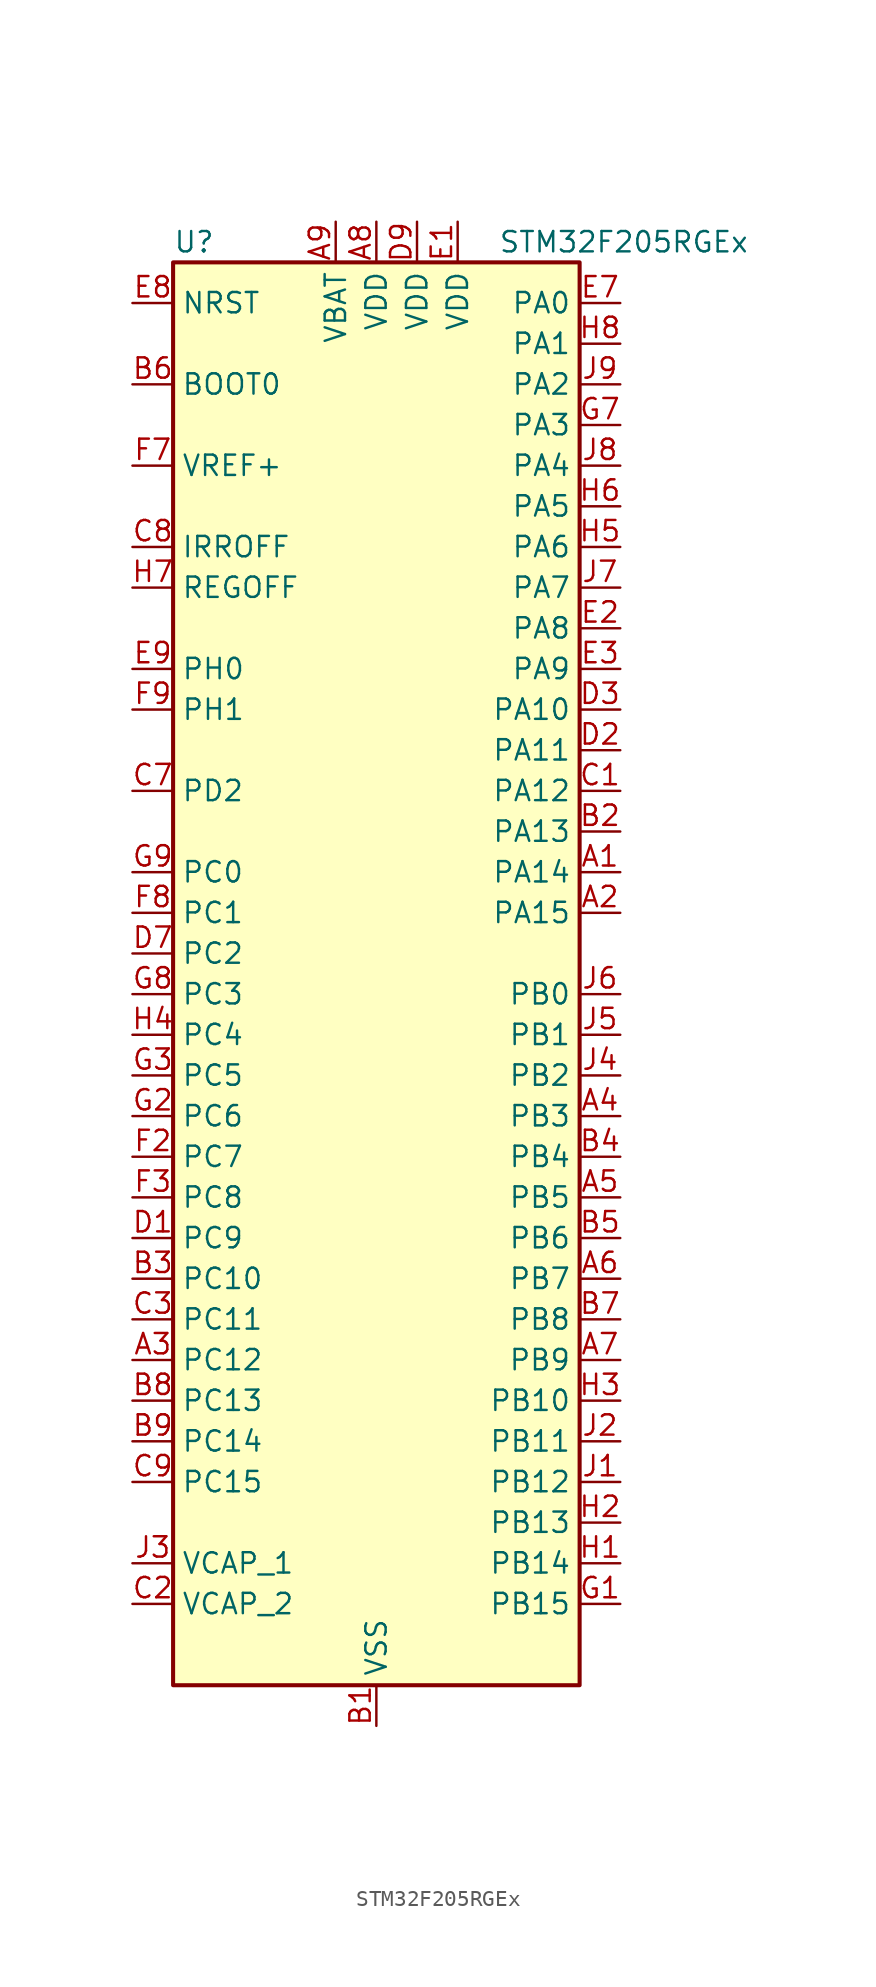
<source format=kicad_sym>
(kicad_symbol_lib
  (version 20220914)
  (generator kicad_symbol_editor)
  (symbol "STM32F205RGEx"
    (property "Reference" "U"
      (at -12.7 46.99 0)
      (effects (font (size 1.27 1.27)) (justify left)))
    (property "Value" "STM32F205RGEx"
      (at 7.62 46.99 0)
      (effects (font (size 1.27 1.27)) (justify left)))
    (property "ki_locked" ""
      (at 0 0 0)
      (effects (font (size 1.27 1.27))))
    (symbol "STM32F205RGEx_0_1"
      (rectangle (start -12.7 -43.18) (end 12.7 45.72) (stroke (width 0.254) (type default)) (fill (type background))))
    (symbol "STM32F205RGEx_1_1"
      (pin bidirectional line (at 15.24 7.62 180) (length 2.54) (name "PA14" (effects (font (size 1.27 1.27)))) (number "A1" (effects (font (size 1.27 1.27)))) (alternate "SYS_JTCK-SWCLK" bidirectional line))
      (pin bidirectional line (at 15.24 5.08 180) (length 2.54) (name "PA15" (effects (font (size 1.27 1.27)))) (number "A2" (effects (font (size 1.27 1.27)))) (alternate "ADC1_EXTI15" bidirectional line) (alternate "ADC2_EXTI15" bidirectional line) (alternate "ADC3_EXTI15" bidirectional line) (alternate "I2S3_WS" bidirectional line) (alternate "SPI1_NSS" bidirectional line) (alternate "SPI3_NSS" bidirectional line) (alternate "SYS_JTDI" bidirectional line) (alternate "TIM2_CH1" bidirectional line) (alternate "TIM2_ETR" bidirectional line))
      (pin bidirectional line (at -15.24 -22.86 0) (length 2.54) (name "PC12" (effects (font (size 1.27 1.27)))) (number "A3" (effects (font (size 1.27 1.27)))) (alternate "I2S3_SD" bidirectional line) (alternate "SDIO_CK" bidirectional line) (alternate "SPI3_MOSI" bidirectional line) (alternate "UART5_TX" bidirectional line) (alternate "USART3_CK" bidirectional line))
      (pin bidirectional line (at 15.24 -7.62 180) (length 2.54) (name "PB3" (effects (font (size 1.27 1.27)))) (number "A4" (effects (font (size 1.27 1.27)))) (alternate "I2S3_SCK" bidirectional line) (alternate "SPI1_SCK" bidirectional line) (alternate "SPI3_SCK" bidirectional line) (alternate "SYS_JTDO-SWO" bidirectional line) (alternate "TIM2_CH2" bidirectional line))
      (pin bidirectional line (at 15.24 -12.7 180) (length 2.54) (name "PB5" (effects (font (size 1.27 1.27)))) (number "A5" (effects (font (size 1.27 1.27)))) (alternate "CAN2_RX" bidirectional line) (alternate "I2C1_SMBA" bidirectional line) (alternate "I2S3_SD" bidirectional line) (alternate "SPI1_MOSI" bidirectional line) (alternate "SPI3_MOSI" bidirectional line) (alternate "TIM3_CH2" bidirectional line) (alternate "USB_OTG_HS_ULPI_D7" bidirectional line))
      (pin bidirectional line (at 15.24 -17.78 180) (length 2.54) (name "PB7" (effects (font (size 1.27 1.27)))) (number "A6" (effects (font (size 1.27 1.27)))) (alternate "I2C1_SDA" bidirectional line) (alternate "TIM4_CH2" bidirectional line) (alternate "USART1_RX" bidirectional line))
      (pin bidirectional line (at 15.24 -22.86 180) (length 2.54) (name "PB9" (effects (font (size 1.27 1.27)))) (number "A7" (effects (font (size 1.27 1.27)))) (alternate "CAN1_TX" bidirectional line) (alternate "DAC_EXTI9" bidirectional line) (alternate "I2C1_SDA" bidirectional line) (alternate "I2S2_WS" bidirectional line) (alternate "SDIO_D5" bidirectional line) (alternate "SPI2_NSS" bidirectional line) (alternate "TIM11_CH1" bidirectional line) (alternate "TIM4_CH4" bidirectional line))
      (pin power_in line (at 0 48.26 270) (length 2.54) (name "VDD" (effects (font (size 1.27 1.27)))) (number "A8" (effects (font (size 1.27 1.27)))))
      (pin power_in line (at -2.54 48.26 270) (length 2.54) (name "VBAT" (effects (font (size 1.27 1.27)))) (number "A9" (effects (font (size 1.27 1.27)))))
      (pin power_in line (at 0 -45.72 90) (length 2.54) (name "VSS" (effects (font (size 1.27 1.27)))) (number "B1" (effects (font (size 1.27 1.27)))))
      (pin bidirectional line (at 15.24 10.16 180) (length 2.54) (name "PA13" (effects (font (size 1.27 1.27)))) (number "B2" (effects (font (size 1.27 1.27)))) (alternate "SYS_JTMS-SWDIO" bidirectional line))
      (pin bidirectional line (at -15.24 -17.78 0) (length 2.54) (name "PC10" (effects (font (size 1.27 1.27)))) (number "B3" (effects (font (size 1.27 1.27)))) (alternate "I2S3_SCK" bidirectional line) (alternate "SDIO_D2" bidirectional line) (alternate "SPI3_SCK" bidirectional line) (alternate "UART4_TX" bidirectional line) (alternate "USART3_TX" bidirectional line))
      (pin bidirectional line (at 15.24 -10.16 180) (length 2.54) (name "PB4" (effects (font (size 1.27 1.27)))) (number "B4" (effects (font (size 1.27 1.27)))) (alternate "SPI1_MISO" bidirectional line) (alternate "SPI3_MISO" bidirectional line) (alternate "SYS_JTRST" bidirectional line) (alternate "TIM3_CH1" bidirectional line))
      (pin bidirectional line (at 15.24 -15.24 180) (length 2.54) (name "PB6" (effects (font (size 1.27 1.27)))) (number "B5" (effects (font (size 1.27 1.27)))) (alternate "CAN2_TX" bidirectional line) (alternate "I2C1_SCL" bidirectional line) (alternate "TIM4_CH1" bidirectional line) (alternate "USART1_TX" bidirectional line))
      (pin input line (at -15.24 38.1 0) (length 2.54) (name "BOOT0" (effects (font (size 1.27 1.27)))) (number "B6" (effects (font (size 1.27 1.27)))))
      (pin bidirectional line (at 15.24 -20.32 180) (length 2.54) (name "PB8" (effects (font (size 1.27 1.27)))) (number "B7" (effects (font (size 1.27 1.27)))) (alternate "CAN1_RX" bidirectional line) (alternate "I2C1_SCL" bidirectional line) (alternate "SDIO_D4" bidirectional line) (alternate "TIM10_CH1" bidirectional line) (alternate "TIM4_CH3" bidirectional line))
      (pin bidirectional line (at -15.24 -25.4 0) (length 2.54) (name "PC13" (effects (font (size 1.27 1.27)))) (number "B8" (effects (font (size 1.27 1.27)))) (alternate "RTC_AF1" bidirectional line))
      (pin bidirectional line (at -15.24 -27.94 0) (length 2.54) (name "PC14" (effects (font (size 1.27 1.27)))) (number "B9" (effects (font (size 1.27 1.27)))) (alternate "RCC_OSC32_IN" bidirectional line))
      (pin bidirectional line (at 15.24 12.7 180) (length 2.54) (name "PA12" (effects (font (size 1.27 1.27)))) (number "C1" (effects (font (size 1.27 1.27)))) (alternate "CAN1_TX" bidirectional line) (alternate "TIM1_ETR" bidirectional line) (alternate "USART1_RTS" bidirectional line) (alternate "USB_OTG_FS_DP" bidirectional line))
      (pin power_out line (at -15.24 -38.1 0) (length 2.54) (name "VCAP_2" (effects (font (size 1.27 1.27)))) (number "C2" (effects (font (size 1.27 1.27)))))
      (pin bidirectional line (at -15.24 -20.32 0) (length 2.54) (name "PC11" (effects (font (size 1.27 1.27)))) (number "C3" (effects (font (size 1.27 1.27)))) (alternate "ADC1_EXTI11" bidirectional line) (alternate "ADC2_EXTI11" bidirectional line) (alternate "ADC3_EXTI11" bidirectional line) (alternate "SDIO_D3" bidirectional line) (alternate "SPI3_MISO" bidirectional line) (alternate "UART4_RX" bidirectional line) (alternate "USART3_RX" bidirectional line))
      (pin bidirectional line (at -15.24 12.7 0) (length 2.54) (name "PD2" (effects (font (size 1.27 1.27)))) (number "C7" (effects (font (size 1.27 1.27)))) (alternate "SDIO_CMD" bidirectional line) (alternate "TIM3_ETR" bidirectional line) (alternate "UART5_RX" bidirectional line))
      (pin input line (at -15.24 27.94 0) (length 2.54) (name "IRROFF" (effects (font (size 1.27 1.27)))) (number "C8" (effects (font (size 1.27 1.27)))))
      (pin bidirectional line (at -15.24 -30.48 0) (length 2.54) (name "PC15" (effects (font (size 1.27 1.27)))) (number "C9" (effects (font (size 1.27 1.27)))) (alternate "ADC1_EXTI15" bidirectional line) (alternate "ADC2_EXTI15" bidirectional line) (alternate "ADC3_EXTI15" bidirectional line) (alternate "RCC_OSC32_OUT" bidirectional line))
      (pin bidirectional line (at -15.24 -15.24 0) (length 2.54) (name "PC9" (effects (font (size 1.27 1.27)))) (number "D1" (effects (font (size 1.27 1.27)))) (alternate "DAC_EXTI9" bidirectional line) (alternate "I2C3_SDA" bidirectional line) (alternate "I2S_CKIN" bidirectional line) (alternate "RCC_MCO_2" bidirectional line) (alternate "SDIO_D1" bidirectional line) (alternate "TIM3_CH4" bidirectional line) (alternate "TIM8_CH4" bidirectional line))
      (pin bidirectional line (at 15.24 15.24 180) (length 2.54) (name "PA11" (effects (font (size 1.27 1.27)))) (number "D2" (effects (font (size 1.27 1.27)))) (alternate "ADC1_EXTI11" bidirectional line) (alternate "ADC2_EXTI11" bidirectional line) (alternate "ADC3_EXTI11" bidirectional line) (alternate "CAN1_RX" bidirectional line) (alternate "TIM1_CH4" bidirectional line) (alternate "USART1_CTS" bidirectional line) (alternate "USB_OTG_FS_DM" bidirectional line))
      (pin bidirectional line (at 15.24 17.78 180) (length 2.54) (name "PA10" (effects (font (size 1.27 1.27)))) (number "D3" (effects (font (size 1.27 1.27)))) (alternate "TIM1_CH3" bidirectional line) (alternate "USART1_RX" bidirectional line) (alternate "USB_OTG_FS_ID" bidirectional line))
      (pin bidirectional line (at -15.24 2.54 0) (length 2.54) (name "PC2" (effects (font (size 1.27 1.27)))) (number "D7" (effects (font (size 1.27 1.27)))) (alternate "ADC1_IN12" bidirectional line) (alternate "ADC2_IN12" bidirectional line) (alternate "ADC3_IN12" bidirectional line) (alternate "SPI2_MISO" bidirectional line) (alternate "USB_OTG_HS_ULPI_DIR" bidirectional line))
      (pin passive line (at 0 -45.72 90) (length 2.54) hide (name "VSS" (effects (font (size 1.27 1.27)))) (number "D8" (effects (font (size 1.27 1.27)))))
      (pin power_in line (at 2.54 48.26 270) (length 2.54) (name "VDD" (effects (font (size 1.27 1.27)))) (number "D9" (effects (font (size 1.27 1.27)))))
      (pin power_in line (at 5.08 48.26 270) (length 2.54) (name "VDD" (effects (font (size 1.27 1.27)))) (number "E1" (effects (font (size 1.27 1.27)))))
      (pin bidirectional line (at 15.24 22.86 180) (length 2.54) (name "PA8" (effects (font (size 1.27 1.27)))) (number "E2" (effects (font (size 1.27 1.27)))) (alternate "I2C3_SCL" bidirectional line) (alternate "RCC_MCO_1" bidirectional line) (alternate "TIM1_CH1" bidirectional line) (alternate "USART1_CK" bidirectional line) (alternate "USB_OTG_FS_SOF" bidirectional line))
      (pin bidirectional line (at 15.24 20.32 180) (length 2.54) (name "PA9" (effects (font (size 1.27 1.27)))) (number "E3" (effects (font (size 1.27 1.27)))) (alternate "DAC_EXTI9" bidirectional line) (alternate "I2C3_SMBA" bidirectional line) (alternate "TIM1_CH2" bidirectional line) (alternate "USART1_TX" bidirectional line) (alternate "USB_OTG_FS_VBUS" bidirectional line))
      (pin bidirectional line (at 15.24 43.18 180) (length 2.54) (name "PA0" (effects (font (size 1.27 1.27)))) (number "E7" (effects (font (size 1.27 1.27)))) (alternate "ADC1_IN0" bidirectional line) (alternate "ADC2_IN0" bidirectional line) (alternate "ADC3_IN0" bidirectional line) (alternate "SYS_WKUP" bidirectional line) (alternate "TIM2_CH1" bidirectional line) (alternate "TIM2_ETR" bidirectional line) (alternate "TIM5_CH1" bidirectional line) (alternate "TIM8_ETR" bidirectional line) (alternate "UART4_TX" bidirectional line) (alternate "USART2_CTS" bidirectional line))
      (pin input line (at -15.24 43.18 0) (length 2.54) (name "NRST" (effects (font (size 1.27 1.27)))) (number "E8" (effects (font (size 1.27 1.27)))))
      (pin bidirectional line (at -15.24 20.32 0) (length 2.54) (name "PH0" (effects (font (size 1.27 1.27)))) (number "E9" (effects (font (size 1.27 1.27)))) (alternate "RCC_OSC_IN" bidirectional line))
      (pin passive line (at 0 -45.72 90) (length 2.54) hide (name "VSS" (effects (font (size 1.27 1.27)))) (number "F1" (effects (font (size 1.27 1.27)))))
      (pin bidirectional line (at -15.24 -10.16 0) (length 2.54) (name "PC7" (effects (font (size 1.27 1.27)))) (number "F2" (effects (font (size 1.27 1.27)))) (alternate "I2S3_MCK" bidirectional line) (alternate "SDIO_D7" bidirectional line) (alternate "TIM3_CH2" bidirectional line) (alternate "TIM8_CH2" bidirectional line) (alternate "USART6_RX" bidirectional line))
      (pin bidirectional line (at -15.24 -12.7 0) (length 2.54) (name "PC8" (effects (font (size 1.27 1.27)))) (number "F3" (effects (font (size 1.27 1.27)))) (alternate "SDIO_D0" bidirectional line) (alternate "TIM3_CH3" bidirectional line) (alternate "TIM8_CH3" bidirectional line) (alternate "USART6_CK" bidirectional line))
      (pin input line (at -15.24 33.02 0) (length 2.54) (name "VREF+" (effects (font (size 1.27 1.27)))) (number "F7" (effects (font (size 1.27 1.27)))))
      (pin bidirectional line (at -15.24 5.08 0) (length 2.54) (name "PC1" (effects (font (size 1.27 1.27)))) (number "F8" (effects (font (size 1.27 1.27)))) (alternate "ADC1_IN11" bidirectional line) (alternate "ADC2_IN11" bidirectional line) (alternate "ADC3_IN11" bidirectional line))
      (pin bidirectional line (at -15.24 17.78 0) (length 2.54) (name "PH1" (effects (font (size 1.27 1.27)))) (number "F9" (effects (font (size 1.27 1.27)))) (alternate "RCC_OSC_OUT" bidirectional line))
      (pin bidirectional line (at 15.24 -38.1 180) (length 2.54) (name "PB15" (effects (font (size 1.27 1.27)))) (number "G1" (effects (font (size 1.27 1.27)))) (alternate "ADC1_EXTI15" bidirectional line) (alternate "ADC2_EXTI15" bidirectional line) (alternate "ADC3_EXTI15" bidirectional line) (alternate "I2S2_SD" bidirectional line) (alternate "RTC_REFIN" bidirectional line) (alternate "SPI2_MOSI" bidirectional line) (alternate "TIM12_CH2" bidirectional line) (alternate "TIM1_CH3N" bidirectional line) (alternate "TIM8_CH3N" bidirectional line) (alternate "USB_OTG_HS_DP" bidirectional line))
      (pin bidirectional line (at -15.24 -7.62 0) (length 2.54) (name "PC6" (effects (font (size 1.27 1.27)))) (number "G2" (effects (font (size 1.27 1.27)))) (alternate "I2S2_MCK" bidirectional line) (alternate "SDIO_D6" bidirectional line) (alternate "TIM3_CH1" bidirectional line) (alternate "TIM8_CH1" bidirectional line) (alternate "USART6_TX" bidirectional line))
      (pin bidirectional line (at -15.24 -5.08 0) (length 2.54) (name "PC5" (effects (font (size 1.27 1.27)))) (number "G3" (effects (font (size 1.27 1.27)))) (alternate "ADC1_IN15" bidirectional line) (alternate "ADC2_IN15" bidirectional line))
      (pin bidirectional line (at 15.24 35.56 180) (length 2.54) (name "PA3" (effects (font (size 1.27 1.27)))) (number "G7" (effects (font (size 1.27 1.27)))) (alternate "ADC1_IN3" bidirectional line) (alternate "ADC2_IN3" bidirectional line) (alternate "ADC3_IN3" bidirectional line) (alternate "TIM2_CH4" bidirectional line) (alternate "TIM5_CH4" bidirectional line) (alternate "TIM9_CH2" bidirectional line) (alternate "USART2_RX" bidirectional line) (alternate "USB_OTG_HS_ULPI_D0" bidirectional line))
      (pin bidirectional line (at -15.24 0 0) (length 2.54) (name "PC3" (effects (font (size 1.27 1.27)))) (number "G8" (effects (font (size 1.27 1.27)))) (alternate "ADC1_IN13" bidirectional line) (alternate "ADC2_IN13" bidirectional line) (alternate "ADC3_IN13" bidirectional line) (alternate "I2S2_SD" bidirectional line) (alternate "SPI2_MOSI" bidirectional line) (alternate "USB_OTG_HS_ULPI_NXT" bidirectional line))
      (pin bidirectional line (at -15.24 7.62 0) (length 2.54) (name "PC0" (effects (font (size 1.27 1.27)))) (number "G9" (effects (font (size 1.27 1.27)))) (alternate "ADC1_IN10" bidirectional line) (alternate "ADC2_IN10" bidirectional line) (alternate "ADC3_IN10" bidirectional line) (alternate "USB_OTG_HS_ULPI_STP" bidirectional line))
      (pin bidirectional line (at 15.24 -35.56 180) (length 2.54) (name "PB14" (effects (font (size 1.27 1.27)))) (number "H1" (effects (font (size 1.27 1.27)))) (alternate "SPI2_MISO" bidirectional line) (alternate "TIM12_CH1" bidirectional line) (alternate "TIM1_CH2N" bidirectional line) (alternate "TIM8_CH2N" bidirectional line) (alternate "USART3_RTS" bidirectional line) (alternate "USB_OTG_HS_DM" bidirectional line))
      (pin bidirectional line (at 15.24 -33.02 180) (length 2.54) (name "PB13" (effects (font (size 1.27 1.27)))) (number "H2" (effects (font (size 1.27 1.27)))) (alternate "CAN2_TX" bidirectional line) (alternate "I2S2_SCK" bidirectional line) (alternate "SPI2_SCK" bidirectional line) (alternate "TIM1_CH1N" bidirectional line) (alternate "USART3_CTS" bidirectional line) (alternate "USB_OTG_HS_ULPI_D6" bidirectional line) (alternate "USB_OTG_HS_VBUS" bidirectional line))
      (pin bidirectional line (at 15.24 -25.4 180) (length 2.54) (name "PB10" (effects (font (size 1.27 1.27)))) (number "H3" (effects (font (size 1.27 1.27)))) (alternate "I2C2_SCL" bidirectional line) (alternate "I2S2_SCK" bidirectional line) (alternate "SPI2_SCK" bidirectional line) (alternate "TIM2_CH3" bidirectional line) (alternate "USART3_TX" bidirectional line) (alternate "USB_OTG_HS_ULPI_D3" bidirectional line))
      (pin bidirectional line (at -15.24 -2.54 0) (length 2.54) (name "PC4" (effects (font (size 1.27 1.27)))) (number "H4" (effects (font (size 1.27 1.27)))) (alternate "ADC1_IN14" bidirectional line) (alternate "ADC2_IN14" bidirectional line))
      (pin bidirectional line (at 15.24 27.94 180) (length 2.54) (name "PA6" (effects (font (size 1.27 1.27)))) (number "H5" (effects (font (size 1.27 1.27)))) (alternate "ADC1_IN6" bidirectional line) (alternate "ADC2_IN6" bidirectional line) (alternate "SPI1_MISO" bidirectional line) (alternate "TIM13_CH1" bidirectional line) (alternate "TIM1_BKIN" bidirectional line) (alternate "TIM3_CH1" bidirectional line) (alternate "TIM8_BKIN" bidirectional line))
      (pin bidirectional line (at 15.24 30.48 180) (length 2.54) (name "PA5" (effects (font (size 1.27 1.27)))) (number "H6" (effects (font (size 1.27 1.27)))) (alternate "ADC1_IN5" bidirectional line) (alternate "ADC2_IN5" bidirectional line) (alternate "DAC_OUT2" bidirectional line) (alternate "SPI1_SCK" bidirectional line) (alternate "TIM2_CH1" bidirectional line) (alternate "TIM2_ETR" bidirectional line) (alternate "TIM8_CH1N" bidirectional line) (alternate "USB_OTG_HS_ULPI_CK" bidirectional line))
      (pin input line (at -15.24 25.4 0) (length 2.54) (name "REGOFF" (effects (font (size 1.27 1.27)))) (number "H7" (effects (font (size 1.27 1.27)))))
      (pin bidirectional line (at 15.24 40.64 180) (length 2.54) (name "PA1" (effects (font (size 1.27 1.27)))) (number "H8" (effects (font (size 1.27 1.27)))) (alternate "ADC1_IN1" bidirectional line) (alternate "ADC2_IN1" bidirectional line) (alternate "ADC3_IN1" bidirectional line) (alternate "TIM2_CH2" bidirectional line) (alternate "TIM5_CH2" bidirectional line) (alternate "UART4_RX" bidirectional line) (alternate "USART2_RTS" bidirectional line))
      (pin passive line (at 0 -45.72 90) (length 2.54) hide (name "VSS" (effects (font (size 1.27 1.27)))) (number "H9" (effects (font (size 1.27 1.27)))))
      (pin bidirectional line (at 15.24 -30.48 180) (length 2.54) (name "PB12" (effects (font (size 1.27 1.27)))) (number "J1" (effects (font (size 1.27 1.27)))) (alternate "CAN2_RX" bidirectional line) (alternate "I2C2_SMBA" bidirectional line) (alternate "I2S2_WS" bidirectional line) (alternate "SPI2_NSS" bidirectional line) (alternate "TIM1_BKIN" bidirectional line) (alternate "USART3_CK" bidirectional line) (alternate "USB_OTG_HS_ID" bidirectional line) (alternate "USB_OTG_HS_ULPI_D5" bidirectional line))
      (pin bidirectional line (at 15.24 -27.94 180) (length 2.54) (name "PB11" (effects (font (size 1.27 1.27)))) (number "J2" (effects (font (size 1.27 1.27)))) (alternate "ADC1_EXTI11" bidirectional line) (alternate "ADC2_EXTI11" bidirectional line) (alternate "ADC3_EXTI11" bidirectional line) (alternate "I2C2_SDA" bidirectional line) (alternate "TIM2_CH4" bidirectional line) (alternate "USART3_RX" bidirectional line) (alternate "USB_OTG_HS_ULPI_D4" bidirectional line))
      (pin power_out line (at -15.24 -35.56 0) (length 2.54) (name "VCAP_1" (effects (font (size 1.27 1.27)))) (number "J3" (effects (font (size 1.27 1.27)))))
      (pin bidirectional line (at 15.24 -5.08 180) (length 2.54) (name "PB2" (effects (font (size 1.27 1.27)))) (number "J4" (effects (font (size 1.27 1.27)))))
      (pin bidirectional line (at 15.24 -2.54 180) (length 2.54) (name "PB1" (effects (font (size 1.27 1.27)))) (number "J5" (effects (font (size 1.27 1.27)))) (alternate "ADC1_IN9" bidirectional line) (alternate "ADC2_IN9" bidirectional line) (alternate "TIM1_CH3N" bidirectional line) (alternate "TIM3_CH4" bidirectional line) (alternate "TIM8_CH3N" bidirectional line) (alternate "USB_OTG_HS_ULPI_D2" bidirectional line))
      (pin bidirectional line (at 15.24 0 180) (length 2.54) (name "PB0" (effects (font (size 1.27 1.27)))) (number "J6" (effects (font (size 1.27 1.27)))) (alternate "ADC1_IN8" bidirectional line) (alternate "ADC2_IN8" bidirectional line) (alternate "TIM1_CH2N" bidirectional line) (alternate "TIM3_CH3" bidirectional line) (alternate "TIM8_CH2N" bidirectional line) (alternate "USB_OTG_HS_ULPI_D1" bidirectional line))
      (pin bidirectional line (at 15.24 25.4 180) (length 2.54) (name "PA7" (effects (font (size 1.27 1.27)))) (number "J7" (effects (font (size 1.27 1.27)))) (alternate "ADC1_IN7" bidirectional line) (alternate "ADC2_IN7" bidirectional line) (alternate "SPI1_MOSI" bidirectional line) (alternate "TIM14_CH1" bidirectional line) (alternate "TIM1_CH1N" bidirectional line) (alternate "TIM3_CH2" bidirectional line) (alternate "TIM8_CH1N" bidirectional line))
      (pin bidirectional line (at 15.24 33.02 180) (length 2.54) (name "PA4" (effects (font (size 1.27 1.27)))) (number "J8" (effects (font (size 1.27 1.27)))) (alternate "ADC1_IN4" bidirectional line) (alternate "ADC2_IN4" bidirectional line) (alternate "DAC_OUT1" bidirectional line) (alternate "I2S3_WS" bidirectional line) (alternate "SPI1_NSS" bidirectional line) (alternate "SPI3_NSS" bidirectional line) (alternate "USART2_CK" bidirectional line) (alternate "USB_OTG_HS_SOF" bidirectional line))
      (pin bidirectional line (at 15.24 38.1 180) (length 2.54) (name "PA2" (effects (font (size 1.27 1.27)))) (number "J9" (effects (font (size 1.27 1.27)))) (alternate "ADC1_IN2" bidirectional line) (alternate "ADC2_IN2" bidirectional line) (alternate "ADC3_IN2" bidirectional line) (alternate "TIM2_CH3" bidirectional line) (alternate "TIM5_CH3" bidirectional line) (alternate "TIM9_CH1" bidirectional line) (alternate "USART2_TX" bidirectional line)))))
</source>
